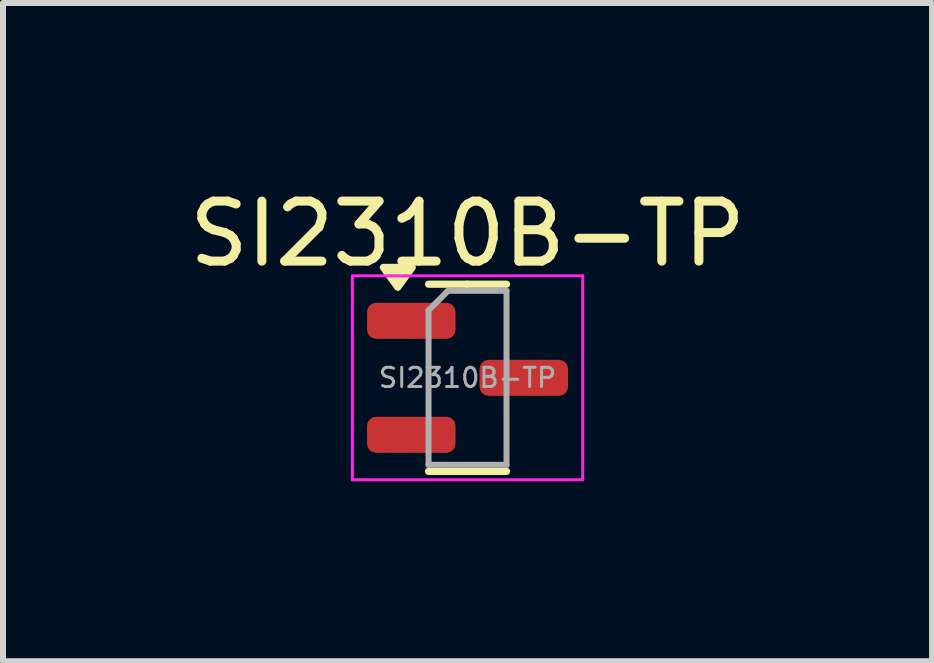
<source format=kicad_pcb>
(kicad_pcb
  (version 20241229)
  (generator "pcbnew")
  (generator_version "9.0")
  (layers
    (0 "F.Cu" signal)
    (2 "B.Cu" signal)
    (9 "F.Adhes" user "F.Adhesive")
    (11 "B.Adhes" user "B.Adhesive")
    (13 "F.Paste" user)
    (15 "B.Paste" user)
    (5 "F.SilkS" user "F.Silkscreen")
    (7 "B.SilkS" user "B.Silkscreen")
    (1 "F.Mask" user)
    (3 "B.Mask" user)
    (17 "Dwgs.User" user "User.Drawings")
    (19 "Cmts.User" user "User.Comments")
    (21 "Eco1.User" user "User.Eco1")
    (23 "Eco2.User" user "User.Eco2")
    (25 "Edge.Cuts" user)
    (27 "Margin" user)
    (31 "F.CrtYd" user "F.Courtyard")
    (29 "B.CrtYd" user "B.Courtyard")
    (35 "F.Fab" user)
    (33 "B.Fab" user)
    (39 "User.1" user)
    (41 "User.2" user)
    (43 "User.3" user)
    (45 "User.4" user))
  (footprint "SI2310B-TP"
    (layer "F.Cu")
    (at 4.744 3.248)
    (property "Reference" "SI2310B-TP" (at 0 -2.4 0) (layer "F.SilkS") (effects (font (size 1 1) (thickness 0.15))))
    (attr smd)
    (fp_line (start 0 -1.56) (end -0.65 -1.56) (stroke (width 0.12) (type solid)) (layer "F.SilkS"))
    (fp_line (start 0 -1.56) (end 0.65 -1.56) (stroke (width 0.12) (type solid)) (layer "F.SilkS"))
    (fp_line (start 0 1.56) (end -0.65 1.56) (stroke (width 0.12) (type solid)) (layer "F.SilkS"))
    (fp_line (start 0 1.56) (end 0.65 1.56) (stroke (width 0.12) (type solid)) (layer "F.SilkS"))
    (fp_poly (pts (xy -1.163 -1.51) (xy -1.403 -1.84) (xy -0.922 -1.84) (xy -1.163 -1.51)) (stroke (width 0.12) (type solid)) (fill yes) (layer "F.SilkS"))
    (fp_line (start -1.92 -1.7) (end -1.92 1.7) (stroke (width 0.05) (type solid)) (layer "F.CrtYd"))
    (fp_line (start -1.92 1.7) (end 1.92 1.7) (stroke (width 0.05) (type solid)) (layer "F.CrtYd"))
    (fp_line (start 1.92 -1.7) (end -1.92 -1.7) (stroke (width 0.05) (type solid)) (layer "F.CrtYd"))
    (fp_line (start 1.92 1.7) (end 1.92 -1.7) (stroke (width 0.05) (type solid)) (layer "F.CrtYd"))
    (fp_line (start -0.65 -1.125) (end -0.325 -1.45) (stroke (width 0.1) (type solid)) (layer "F.Fab"))
    (fp_line (start -0.65 1.45) (end -0.65 -1.125) (stroke (width 0.1) (type solid)) (layer "F.Fab"))
    (fp_line (start -0.325 -1.45) (end 0.65 -1.45) (stroke (width 0.1) (type solid)) (layer "F.Fab"))
    (fp_line (start 0.65 -1.45) (end 0.65 1.45) (stroke (width 0.1) (type solid)) (layer "F.Fab"))
    (fp_line (start 0.65 1.45) (end -0.65 1.45) (stroke (width 0.1) (type solid)) (layer "F.Fab"))
    (fp_text user "${REFERENCE}" (at 0 0 0) (layer "F.Fab") (effects (font (size 0.32 0.32) (thickness 0.05))))
    (pad "1" smd roundrect (at -0.938 -0.95) (size 1.475 0.6) (layers "F.Cu" "F.Mask" "F.Paste") (roundrect_rratio 0.25))
    (pad "2" smd roundrect (at -0.938 0.95) (size 1.475 0.6) (layers "F.Cu" "F.Mask" "F.Paste") (roundrect_rratio 0.25))
    (pad "3" smd roundrect (at 0.938 0) (size 1.475 0.6) (layers "F.Cu" "F.Mask" "F.Paste") (roundrect_rratio 0.25)))
  (gr_rect
    (start -3 -3)
    (end 12.488 7.973)
    (stroke (width 0.1) (type default))
    (fill no)
    (layer "Edge.Cuts")))
</source>
